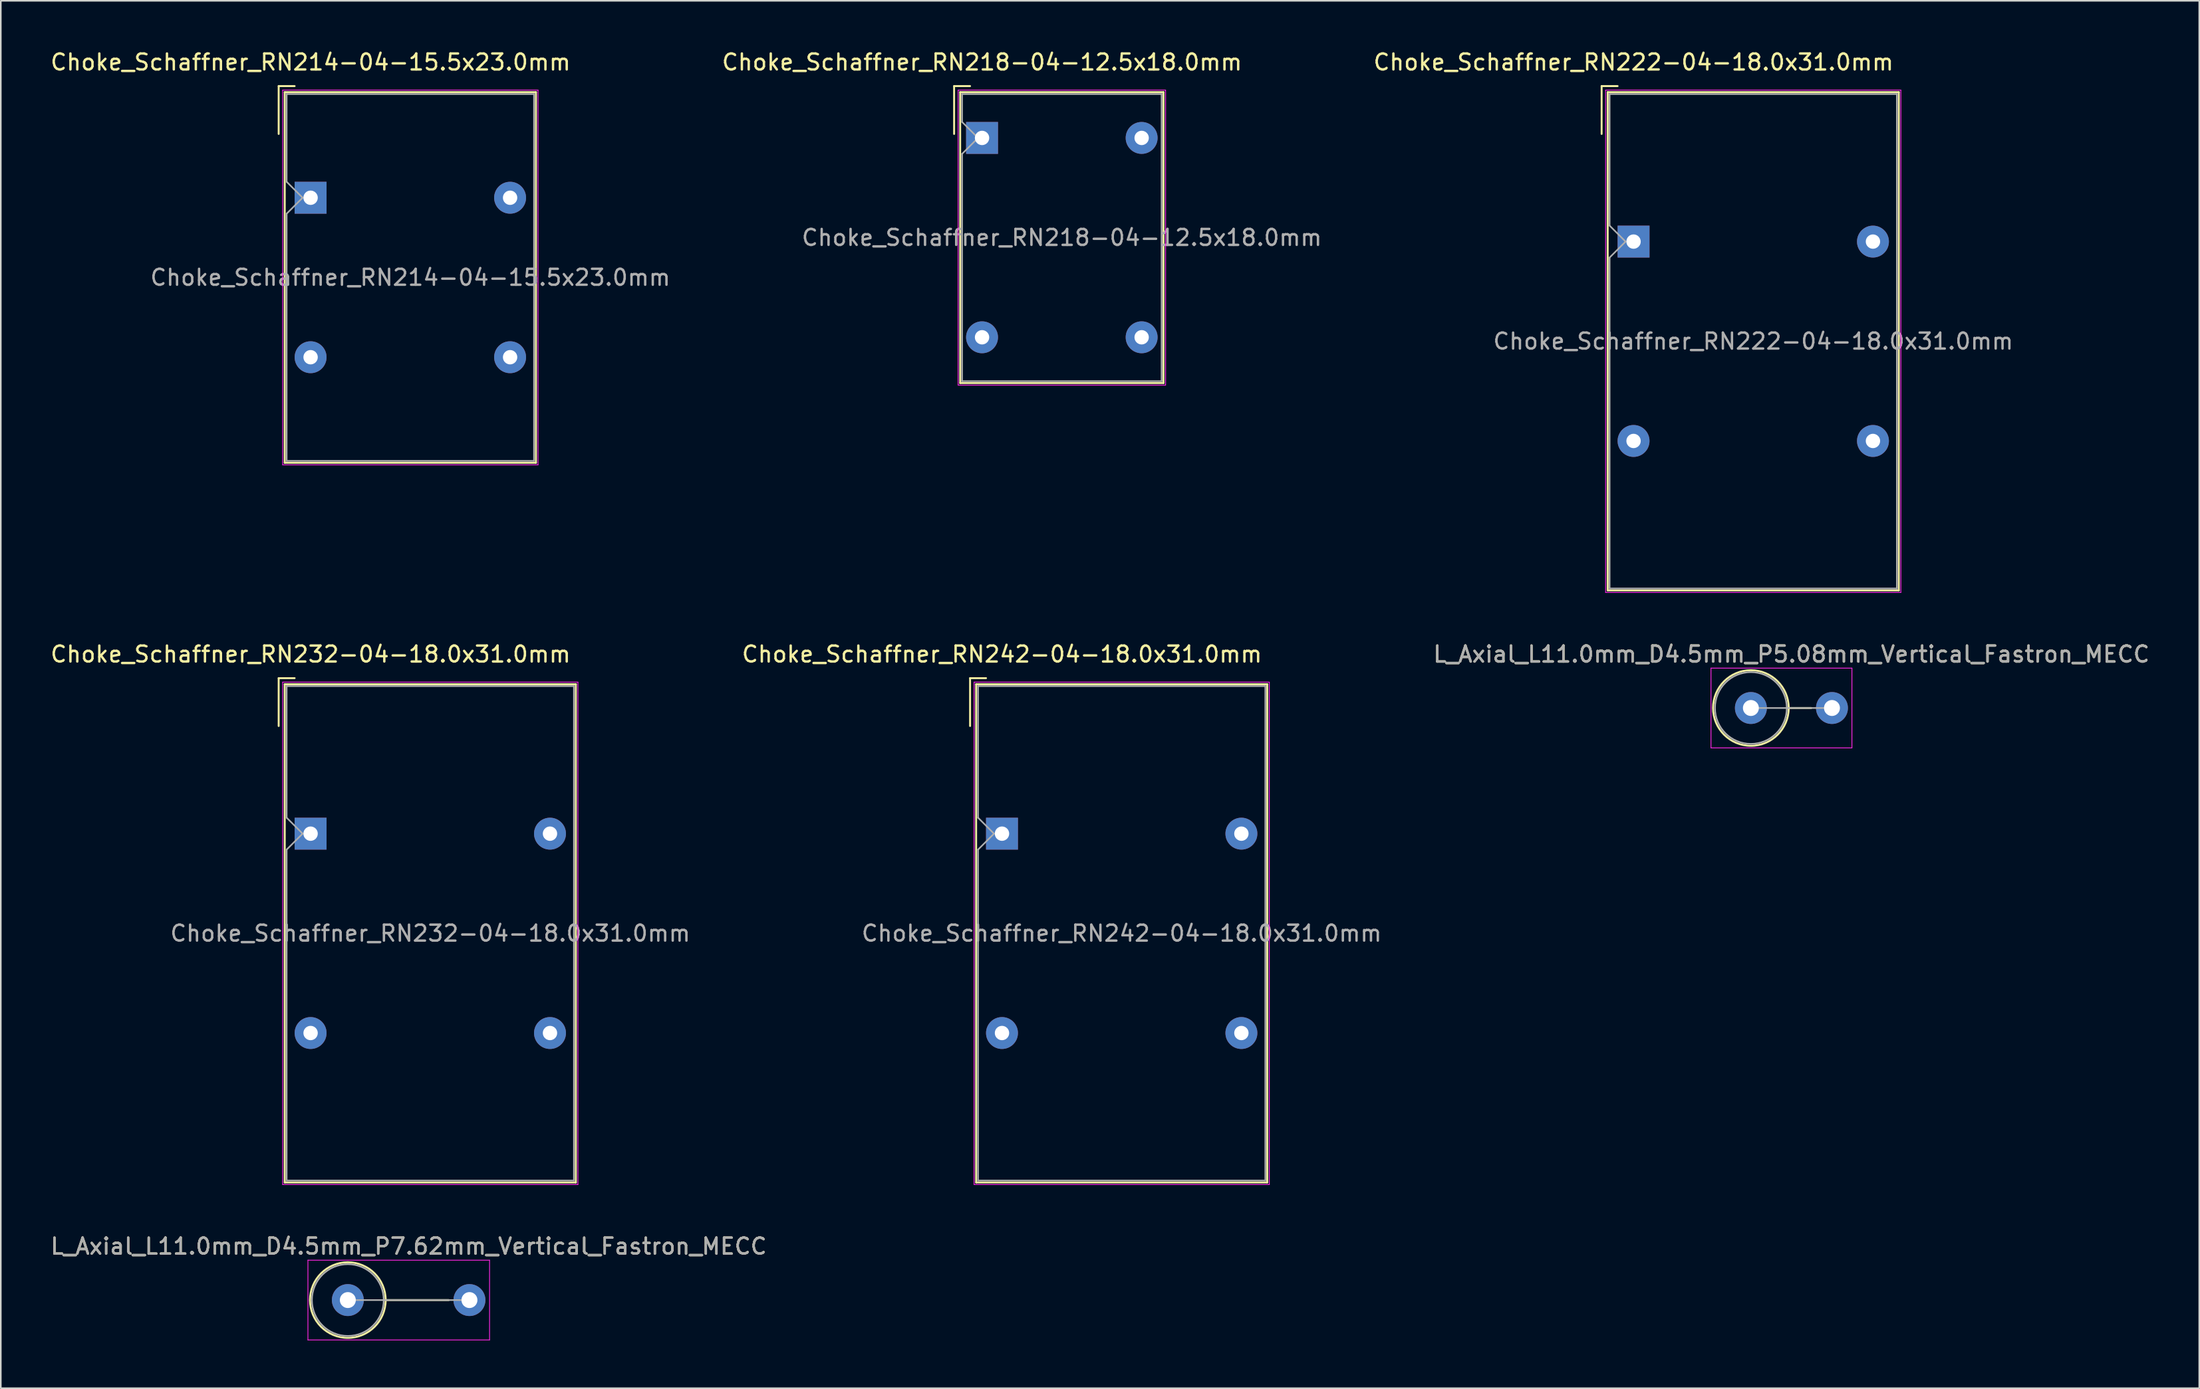
<source format=kicad_pcb>
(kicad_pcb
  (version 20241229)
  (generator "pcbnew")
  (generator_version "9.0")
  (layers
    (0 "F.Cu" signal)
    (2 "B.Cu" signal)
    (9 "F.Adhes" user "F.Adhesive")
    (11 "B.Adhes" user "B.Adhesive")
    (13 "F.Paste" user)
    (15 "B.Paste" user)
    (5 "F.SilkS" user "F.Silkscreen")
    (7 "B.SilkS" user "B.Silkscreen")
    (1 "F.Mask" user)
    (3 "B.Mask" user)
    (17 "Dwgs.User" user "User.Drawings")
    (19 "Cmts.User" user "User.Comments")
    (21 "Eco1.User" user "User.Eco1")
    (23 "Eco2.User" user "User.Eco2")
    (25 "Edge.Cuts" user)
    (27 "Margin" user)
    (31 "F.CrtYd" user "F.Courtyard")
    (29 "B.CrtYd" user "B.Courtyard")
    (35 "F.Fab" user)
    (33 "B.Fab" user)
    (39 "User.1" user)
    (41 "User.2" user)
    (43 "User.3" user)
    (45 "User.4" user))
  (footprint "L_Axial_L11.0mm_D4.5mm_P5.08mm_Vertical_Fastron_MECC"
    (layer "F.Cu")
    (at 106.656 41.342)
    (property "Reference" "L_Axial_L11.0mm_D4.5mm_P5.08mm_Vertical_Fastron_MECC" (at 2.54 -3.37 0) (layer "F.SilkS") (effects (font (size 1 1) (thickness 0.15))))
    (attr through_hole)
    (fp_line (start 2.37 0) (end 3.78 0) (stroke (width 0.12) (type solid)) (layer "F.SilkS"))
    (fp_circle (center 0 0) (end 2.37 0) (stroke (width 0.12) (type solid)) (fill no) (layer "F.SilkS"))
    (fp_line (start -2.5 -2.5) (end -2.5 2.5) (stroke (width 0.05) (type solid)) (layer "F.CrtYd"))
    (fp_line (start -2.5 2.5) (end 6.33 2.5) (stroke (width 0.05) (type solid)) (layer "F.CrtYd"))
    (fp_line (start 6.33 -2.5) (end -2.5 -2.5) (stroke (width 0.05) (type solid)) (layer "F.CrtYd"))
    (fp_line (start 6.33 2.5) (end 6.33 -2.5) (stroke (width 0.05) (type solid)) (layer "F.CrtYd"))
    (fp_line (start 0 0) (end 5.08 0) (stroke (width 0.1) (type solid)) (layer "F.Fab"))
    (fp_circle (center 0 0) (end 2.25 0) (stroke (width 0.1) (type solid)) (fill no) (layer "F.Fab"))
    (fp_text user "${REFERENCE}" (at 2.54 -3.37 0) (layer "F.Fab") (effects (font (size 1 1) (thickness 0.15))))
    (pad "1" thru_hole circle (at 0 0) (size 2 2) (drill 1) (layers "*.Cu" "*.Mask"))
    (pad "2" thru_hole oval (at 5.08 0) (size 2 2) (drill 1) (layers "*.Cu" "*.Mask")))
  (footprint "Choke_Schaffner_RN218-04-12.5x18.0mm"
    (layer "F.Cu")
    (at 58.482 5.598)
    (property "Reference" "Choke_Schaffner_RN218-04-12.5x18.0mm" (at 0 -4.75 0) (layer "F.SilkS") (effects (font (size 1 1) (thickness 0.15))))
    (attr through_hole)
    (fp_line (start -1.75 -3.25) (end -1.75 -0.25) (stroke (width 0.12) (type solid)) (layer "F.SilkS"))
    (fp_line (start -1.75 -3.25) (end -0.75 -3.25) (stroke (width 0.12) (type solid)) (layer "F.SilkS"))
    (fp_line (start -1.37 -2.87) (end 11.37 -2.87) (stroke (width 0.12) (type solid)) (layer "F.SilkS"))
    (fp_line (start -1.37 15.37) (end -1.37 -2.87) (stroke (width 0.12) (type solid)) (layer "F.SilkS"))
    (fp_line (start 11.37 -2.87) (end 11.37 15.37) (stroke (width 0.12) (type solid)) (layer "F.SilkS"))
    (fp_line (start 11.37 15.37) (end -1.37 15.37) (stroke (width 0.12) (type solid)) (layer "F.SilkS"))
    (fp_line (start -1.5 -3) (end -1.5 15.5) (stroke (width 0.05) (type solid)) (layer "F.CrtYd"))
    (fp_line (start -1.5 15.5) (end 11.5 15.5) (stroke (width 0.05) (type solid)) (layer "F.CrtYd"))
    (fp_line (start 11.5 -3) (end -1.5 -3) (stroke (width 0.05) (type solid)) (layer "F.CrtYd"))
    (fp_line (start 11.5 15.5) (end 11.5 -3) (stroke (width 0.05) (type solid)) (layer "F.CrtYd"))
    (fp_line (start -1.25 -2.75) (end 11.25 -2.75) (stroke (width 0.1) (type solid)) (layer "F.Fab"))
    (fp_line (start -1.25 -1) (end -1.25 -2.75) (stroke (width 0.1) (type solid)) (layer "F.Fab"))
    (fp_line (start -1.25 1) (end -0.25 0) (stroke (width 0.1) (type solid)) (layer "F.Fab"))
    (fp_line (start -1.25 15.25) (end -1.25 1) (stroke (width 0.1) (type solid)) (layer "F.Fab"))
    (fp_line (start -0.25 0) (end -1.25 -1) (stroke (width 0.1) (type solid)) (layer "F.Fab"))
    (fp_line (start 11.25 -2.75) (end 11.25 15.25) (stroke (width 0.1) (type solid)) (layer "F.Fab"))
    (fp_line (start 11.25 15.25) (end -1.25 15.25) (stroke (width 0.1) (type solid)) (layer "F.Fab"))
    (fp_text user "${REFERENCE}" (at 5 6.25 0) (layer "F.Fab") (effects (font (size 1 1) (thickness 0.15))))
    (pad "1" thru_hole rect (at 0 0) (size 2 2) (drill 0.9) (layers "*.Cu" "*.Mask"))
    (pad "2" thru_hole circle (at 10 0) (size 2 2) (drill 0.9) (layers "*.Cu" "*.Mask"))
    (pad "3" thru_hole circle (at 0 12.5) (size 2 2) (drill 0.9) (layers "*.Cu" "*.Mask"))
    (pad "4" thru_hole circle (at 10 12.5) (size 2 2) (drill 0.9) (layers "*.Cu" "*.Mask")))
  (footprint "Choke_Schaffner_RN242-04-18.0x31.0mm"
    (layer "F.Cu")
    (at 59.732 49.221)
    (property "Reference" "Choke_Schaffner_RN242-04-18.0x31.0mm" (at 0 -11.25 0) (layer "F.SilkS") (effects (font (size 1 1) (thickness 0.15))))
    (attr through_hole)
    (fp_line (start -2 -9.75) (end -2 -6.75) (stroke (width 0.12) (type solid)) (layer "F.SilkS"))
    (fp_line (start -2 -9.75) (end -1 -9.75) (stroke (width 0.12) (type solid)) (layer "F.SilkS"))
    (fp_line (start -1.62 -9.37) (end 16.62 -9.37) (stroke (width 0.12) (type solid)) (layer "F.SilkS"))
    (fp_line (start -1.62 21.87) (end -1.62 -9.37) (stroke (width 0.12) (type solid)) (layer "F.SilkS"))
    (fp_line (start 16.62 -9.37) (end 16.62 21.87) (stroke (width 0.12) (type solid)) (layer "F.SilkS"))
    (fp_line (start 16.62 21.87) (end -1.62 21.87) (stroke (width 0.12) (type solid)) (layer "F.SilkS"))
    (fp_line (start -1.75 -9.5) (end -1.75 22) (stroke (width 0.05) (type solid)) (layer "F.CrtYd"))
    (fp_line (start -1.75 22) (end 16.75 22) (stroke (width 0.05) (type solid)) (layer "F.CrtYd"))
    (fp_line (start 16.75 -9.5) (end -1.75 -9.5) (stroke (width 0.05) (type solid)) (layer "F.CrtYd"))
    (fp_line (start 16.75 22) (end 16.75 -9.5) (stroke (width 0.05) (type solid)) (layer "F.CrtYd"))
    (fp_line (start -1.5 -9.25) (end 16.5 -9.25) (stroke (width 0.1) (type solid)) (layer "F.Fab"))
    (fp_line (start -1.5 -1) (end -1.5 -9.25) (stroke (width 0.1) (type solid)) (layer "F.Fab"))
    (fp_line (start -1.5 1) (end -0.5 0) (stroke (width 0.1) (type solid)) (layer "F.Fab"))
    (fp_line (start -1.5 21.75) (end -1.5 1) (stroke (width 0.1) (type solid)) (layer "F.Fab"))
    (fp_line (start -0.5 0) (end -1.5 -1) (stroke (width 0.1) (type solid)) (layer "F.Fab"))
    (fp_line (start 16.5 -9.25) (end 16.5 21.75) (stroke (width 0.1) (type solid)) (layer "F.Fab"))
    (fp_line (start 16.5 21.75) (end -1.5 21.75) (stroke (width 0.1) (type solid)) (layer "F.Fab"))
    (fp_text user "${REFERENCE}" (at 7.5 6.25 0) (layer "F.Fab") (effects (font (size 1 1) (thickness 0.15))))
    (pad "1" thru_hole rect (at 0 0) (size 2 2) (drill 0.9) (layers "*.Cu" "*.Mask"))
    (pad "2" thru_hole circle (at 15 0) (size 2 2) (drill 0.9) (layers "*.Cu" "*.Mask"))
    (pad "3" thru_hole circle (at 0 12.5) (size 2 2) (drill 0.9) (layers "*.Cu" "*.Mask"))
    (pad "4" thru_hole circle (at 15 12.5) (size 2 2) (drill 0.9) (layers "*.Cu" "*.Mask")))
  (footprint "Choke_Schaffner_RN222-04-18.0x31.0mm"
    (layer "F.Cu")
    (at 99.304 12.098)
    (property "Reference" "Choke_Schaffner_RN222-04-18.0x31.0mm" (at 0 -11.25 0) (layer "F.SilkS") (effects (font (size 1 1) (thickness 0.15))))
    (attr through_hole)
    (fp_line (start -2 -9.75) (end -2 -6.75) (stroke (width 0.12) (type solid)) (layer "F.SilkS"))
    (fp_line (start -2 -9.75) (end -1 -9.75) (stroke (width 0.12) (type solid)) (layer "F.SilkS"))
    (fp_line (start -1.62 -9.37) (end 16.62 -9.37) (stroke (width 0.12) (type solid)) (layer "F.SilkS"))
    (fp_line (start -1.62 21.87) (end -1.62 -9.37) (stroke (width 0.12) (type solid)) (layer "F.SilkS"))
    (fp_line (start 16.62 -9.37) (end 16.62 21.87) (stroke (width 0.12) (type solid)) (layer "F.SilkS"))
    (fp_line (start 16.62 21.87) (end -1.62 21.87) (stroke (width 0.12) (type solid)) (layer "F.SilkS"))
    (fp_line (start -1.75 -9.5) (end -1.75 22) (stroke (width 0.05) (type solid)) (layer "F.CrtYd"))
    (fp_line (start -1.75 22) (end 16.75 22) (stroke (width 0.05) (type solid)) (layer "F.CrtYd"))
    (fp_line (start 16.75 -9.5) (end -1.75 -9.5) (stroke (width 0.05) (type solid)) (layer "F.CrtYd"))
    (fp_line (start 16.75 22) (end 16.75 -9.5) (stroke (width 0.05) (type solid)) (layer "F.CrtYd"))
    (fp_line (start -1.5 -9.25) (end 16.5 -9.25) (stroke (width 0.1) (type solid)) (layer "F.Fab"))
    (fp_line (start -1.5 -1) (end -1.5 -9.25) (stroke (width 0.1) (type solid)) (layer "F.Fab"))
    (fp_line (start -1.5 1) (end -0.5 0) (stroke (width 0.1) (type solid)) (layer "F.Fab"))
    (fp_line (start -1.5 21.75) (end -1.5 1) (stroke (width 0.1) (type solid)) (layer "F.Fab"))
    (fp_line (start -0.5 0) (end -1.5 -1) (stroke (width 0.1) (type solid)) (layer "F.Fab"))
    (fp_line (start 16.5 -9.25) (end 16.5 21.75) (stroke (width 0.1) (type solid)) (layer "F.Fab"))
    (fp_line (start 16.5 21.75) (end -1.5 21.75) (stroke (width 0.1) (type solid)) (layer "F.Fab"))
    (fp_text user "${REFERENCE}" (at 7.5 6.25 0) (layer "F.Fab") (effects (font (size 1 1) (thickness 0.15))))
    (pad "1" thru_hole rect (at 0 0) (size 2 2) (drill 0.9) (layers "*.Cu" "*.Mask"))
    (pad "2" thru_hole circle (at 15 0) (size 2 2) (drill 0.9) (layers "*.Cu" "*.Mask"))
    (pad "3" thru_hole circle (at 0 12.5) (size 2 2) (drill 0.9) (layers "*.Cu" "*.Mask"))
    (pad "4" thru_hole circle (at 15 12.5) (size 2 2) (drill 0.9) (layers "*.Cu" "*.Mask")))
  (footprint "Choke_Schaffner_RN214-04-15.5x23.0mm"
    (layer "F.Cu")
    (at 16.411 9.348)
    (property "Reference" "Choke_Schaffner_RN214-04-15.5x23.0mm" (at 0 -8.5 0) (layer "F.SilkS") (effects (font (size 1 1) (thickness 0.15))))
    (attr through_hole)
    (fp_line (start -2 -7) (end -2 -4) (stroke (width 0.12) (type solid)) (layer "F.SilkS"))
    (fp_line (start -2 -7) (end -1 -7) (stroke (width 0.12) (type solid)) (layer "F.SilkS"))
    (fp_line (start -1.62 -6.62) (end 14.12 -6.62) (stroke (width 0.12) (type solid)) (layer "F.SilkS"))
    (fp_line (start -1.62 16.62) (end -1.62 -6.62) (stroke (width 0.12) (type solid)) (layer "F.SilkS"))
    (fp_line (start 14.12 -6.62) (end 14.12 16.62) (stroke (width 0.12) (type solid)) (layer "F.SilkS"))
    (fp_line (start 14.12 16.62) (end -1.62 16.62) (stroke (width 0.12) (type solid)) (layer "F.SilkS"))
    (fp_line (start -1.75 -6.75) (end -1.75 16.75) (stroke (width 0.05) (type solid)) (layer "F.CrtYd"))
    (fp_line (start -1.75 16.75) (end 14.25 16.75) (stroke (width 0.05) (type solid)) (layer "F.CrtYd"))
    (fp_line (start 14.25 -6.75) (end -1.75 -6.75) (stroke (width 0.05) (type solid)) (layer "F.CrtYd"))
    (fp_line (start 14.25 16.75) (end 14.25 -6.75) (stroke (width 0.05) (type solid)) (layer "F.CrtYd"))
    (fp_line (start -1.5 -6.5) (end 14 -6.5) (stroke (width 0.1) (type solid)) (layer "F.Fab"))
    (fp_line (start -1.5 -1) (end -1.5 -6.5) (stroke (width 0.1) (type solid)) (layer "F.Fab"))
    (fp_line (start -1.5 1) (end -0.5 0) (stroke (width 0.1) (type solid)) (layer "F.Fab"))
    (fp_line (start -1.5 16.5) (end -1.5 1) (stroke (width 0.1) (type solid)) (layer "F.Fab"))
    (fp_line (start -0.5 0) (end -1.5 -1) (stroke (width 0.1) (type solid)) (layer "F.Fab"))
    (fp_line (start 14 -6.5) (end 14 16.5) (stroke (width 0.1) (type solid)) (layer "F.Fab"))
    (fp_line (start 14 16.5) (end -1.5 16.5) (stroke (width 0.1) (type solid)) (layer "F.Fab"))
    (fp_text user "${REFERENCE}" (at 6.25 5 0) (layer "F.Fab") (effects (font (size 1 1) (thickness 0.15))))
    (pad "1" thru_hole rect (at 0 0) (size 2 2) (drill 0.9) (layers "*.Cu" "*.Mask"))
    (pad "2" thru_hole circle (at 12.5 0) (size 2 2) (drill 0.9) (layers "*.Cu" "*.Mask"))
    (pad "3" thru_hole circle (at 0 10) (size 2 2) (drill 0.9) (layers "*.Cu" "*.Mask"))
    (pad "4" thru_hole circle (at 12.5 10) (size 2 2) (drill 0.9) (layers "*.Cu" "*.Mask")))
  (footprint "L_Axial_L11.0mm_D4.5mm_P7.62mm_Vertical_Fastron_MECC"
    (layer "F.Cu")
    (at 18.744 78.465)
    (property "Reference" "L_Axial_L11.0mm_D4.5mm_P7.62mm_Vertical_Fastron_MECC" (at 3.81 -3.37 0) (layer "F.SilkS") (effects (font (size 1 1) (thickness 0.15))))
    (attr through_hole)
    (fp_line (start 2.37 0) (end 6.32 0) (stroke (width 0.12) (type solid)) (layer "F.SilkS"))
    (fp_circle (center 0 0) (end 2.37 0) (stroke (width 0.12) (type solid)) (fill no) (layer "F.SilkS"))
    (fp_line (start -2.5 -2.5) (end -2.5 2.5) (stroke (width 0.05) (type solid)) (layer "F.CrtYd"))
    (fp_line (start -2.5 2.5) (end 8.88 2.5) (stroke (width 0.05) (type solid)) (layer "F.CrtYd"))
    (fp_line (start 8.88 -2.5) (end -2.5 -2.5) (stroke (width 0.05) (type solid)) (layer "F.CrtYd"))
    (fp_line (start 8.88 2.5) (end 8.88 -2.5) (stroke (width 0.05) (type solid)) (layer "F.CrtYd"))
    (fp_line (start 0 0) (end 7.62 0) (stroke (width 0.1) (type solid)) (layer "F.Fab"))
    (fp_circle (center 0 0) (end 2.25 0) (stroke (width 0.1) (type solid)) (fill no) (layer "F.Fab"))
    (fp_text user "${REFERENCE}" (at 3.81 -3.37 0) (layer "F.Fab") (effects (font (size 1 1) (thickness 0.15))))
    (pad "1" thru_hole circle (at 0 0) (size 2 2) (drill 1) (layers "*.Cu" "*.Mask"))
    (pad "2" thru_hole oval (at 7.62 0) (size 2 2) (drill 1) (layers "*.Cu" "*.Mask")))
  (footprint "Choke_Schaffner_RN232-04-18.0x31.0mm"
    (layer "F.Cu")
    (at 16.411 49.221)
    (property "Reference" "Choke_Schaffner_RN232-04-18.0x31.0mm" (at 0 -11.25 0) (layer "F.SilkS") (effects (font (size 1 1) (thickness 0.15))))
    (attr through_hole)
    (fp_line (start -2 -9.75) (end -2 -6.75) (stroke (width 0.12) (type solid)) (layer "F.SilkS"))
    (fp_line (start -2 -9.75) (end -1 -9.75) (stroke (width 0.12) (type solid)) (layer "F.SilkS"))
    (fp_line (start -1.62 -9.37) (end 16.62 -9.37) (stroke (width 0.12) (type solid)) (layer "F.SilkS"))
    (fp_line (start -1.62 21.87) (end -1.62 -9.37) (stroke (width 0.12) (type solid)) (layer "F.SilkS"))
    (fp_line (start 16.62 -9.37) (end 16.62 21.87) (stroke (width 0.12) (type solid)) (layer "F.SilkS"))
    (fp_line (start 16.62 21.87) (end -1.62 21.87) (stroke (width 0.12) (type solid)) (layer "F.SilkS"))
    (fp_line (start -1.75 -9.5) (end -1.75 22) (stroke (width 0.05) (type solid)) (layer "F.CrtYd"))
    (fp_line (start -1.75 22) (end 16.75 22) (stroke (width 0.05) (type solid)) (layer "F.CrtYd"))
    (fp_line (start 16.75 -9.5) (end -1.75 -9.5) (stroke (width 0.05) (type solid)) (layer "F.CrtYd"))
    (fp_line (start 16.75 22) (end 16.75 -9.5) (stroke (width 0.05) (type solid)) (layer "F.CrtYd"))
    (fp_line (start -1.5 -9.25) (end 16.5 -9.25) (stroke (width 0.1) (type solid)) (layer "F.Fab"))
    (fp_line (start -1.5 -1) (end -1.5 -9.25) (stroke (width 0.1) (type solid)) (layer "F.Fab"))
    (fp_line (start -1.5 1) (end -0.5 0) (stroke (width 0.1) (type solid)) (layer "F.Fab"))
    (fp_line (start -1.5 21.75) (end -1.5 1) (stroke (width 0.1) (type solid)) (layer "F.Fab"))
    (fp_line (start -0.5 0) (end -1.5 -1) (stroke (width 0.1) (type solid)) (layer "F.Fab"))
    (fp_line (start 16.5 -9.25) (end 16.5 21.75) (stroke (width 0.1) (type solid)) (layer "F.Fab"))
    (fp_line (start 16.5 21.75) (end -1.5 21.75) (stroke (width 0.1) (type solid)) (layer "F.Fab"))
    (fp_text user "${REFERENCE}" (at 7.5 6.25 0) (layer "F.Fab") (effects (font (size 1 1) (thickness 0.15))))
    (pad "1" thru_hole rect (at 0 0) (size 2 2) (drill 0.9) (layers "*.Cu" "*.Mask"))
    (pad "2" thru_hole circle (at 15 0) (size 2 2) (drill 0.9) (layers "*.Cu" "*.Mask"))
    (pad "3" thru_hole circle (at 0 12.5) (size 2 2) (drill 0.9) (layers "*.Cu" "*.Mask"))
    (pad "4" thru_hole circle (at 15 12.5) (size 2 2) (drill 0.9) (layers "*.Cu" "*.Mask")))
  (gr_rect
    (start -3 -3)
    (end 134.75 83.99)
    (stroke (width 0.1) (type default))
    (fill no)
    (layer "Edge.Cuts")))
</source>
